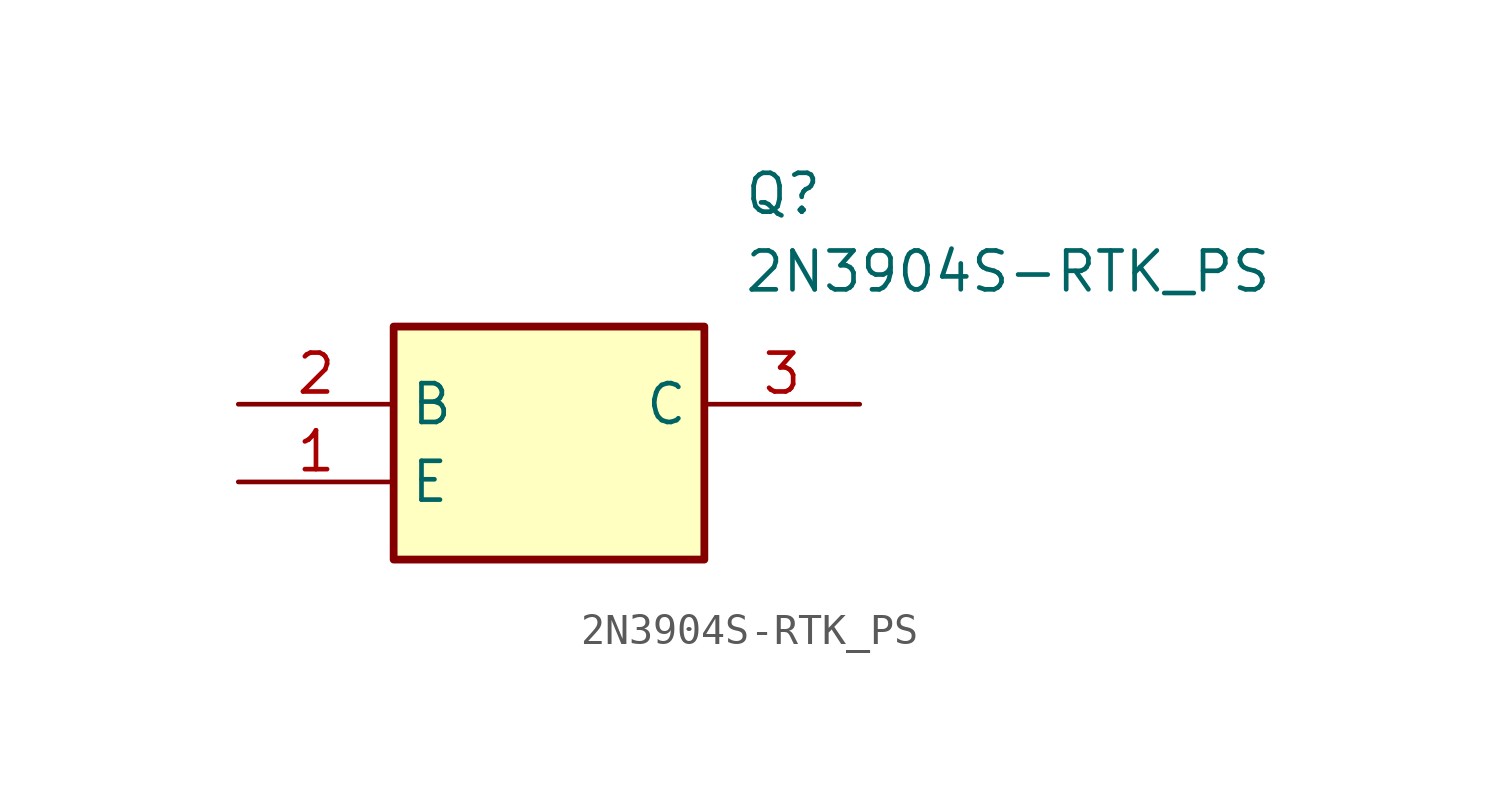
<source format=kicad_sym>
(kicad_symbol_lib
  (version 20211014)
  (generator SamacSys_ECAD_Model)
  (symbol "2N3904S-RTK_PS"
    (property "Reference" "Q"
      (at 16.51 7.62 0)
      (effects (font (size 1.27 1.27)) (justify left top)))
    (property "Value" "2N3904S-RTK_PS"
      (at 16.51 5.08 0)
      (effects (font (size 1.27 1.27)) (justify left top)))
    (rectangle
      (start 5.08 2.54)
      (end 15.24 -5.08)
      (stroke (width 0.254) (type default))
      (fill (type background)))
    (pin passive line
      (at 0 -2.54 0)
      (length 5.08)
      (name "E" (effects (font (size 1.27 1.27))))
      (number "1" (effects (font (size 1.27 1.27)))))
    (pin passive line
      (at 0 0 0)
      (length 5.08)
      (name "B" (effects (font (size 1.27 1.27))))
      (number "2" (effects (font (size 1.27 1.27)))))
    (pin passive line
      (at 20.32 0 180)
      (length 5.08)
      (name "C" (effects (font (size 1.27 1.27))))
      (number "3" (effects (font (size 1.27 1.27)))))))
</source>
